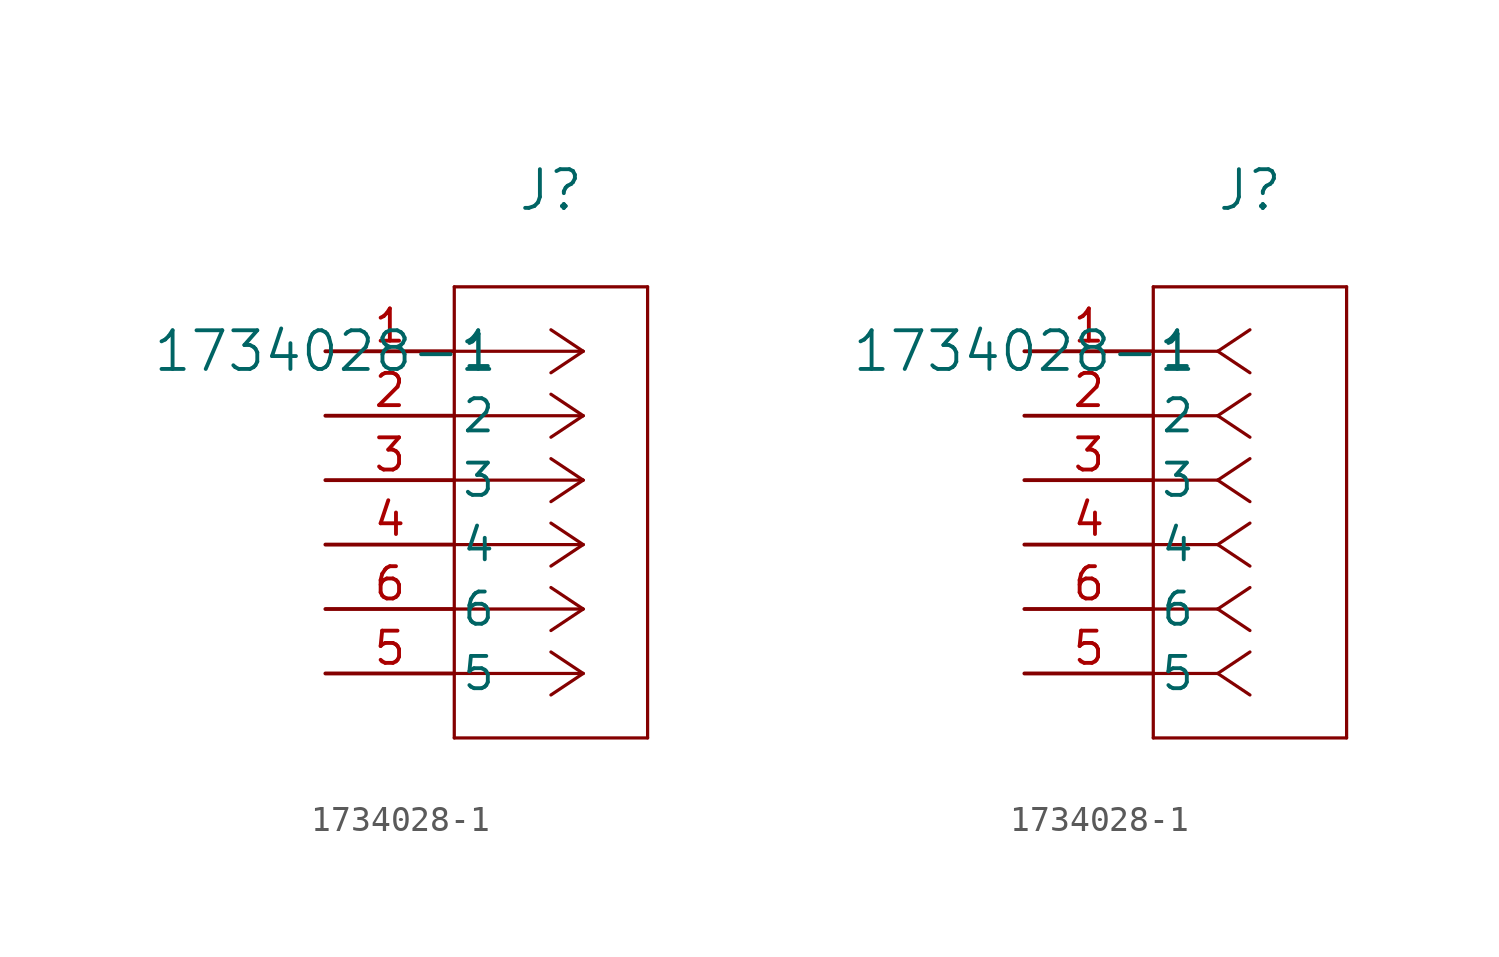
<source format=kicad_sym>
(kicad_symbol_lib
  (version 20211014)
  (generator kicad_symbol_editor)
  (symbol "1734028-1"
    (pin_names
      (offset 0.254))
    (property "Reference" "J"
      (at 8.89 6.35 0)
      (effects (font (size 1.524 1.524))))
    (property "Value" "1734028-1"
      (at 0 0 0)
      (effects (font (size 1.524 1.524))))
    (symbol "1734028-1_1_1"
      (polyline (pts (xy 10.16 0) (xy 5.08 0)) (stroke (width 0.127) (type default) (color 0 0 0 0)) (fill (type none)))
      (polyline (pts (xy 10.16 -2.54) (xy 5.08 -2.54)) (stroke (width 0.127) (type default) (color 0 0 0 0)) (fill (type none)))
      (polyline (pts (xy 10.16 -5.08) (xy 5.08 -5.08)) (stroke (width 0.127) (type default) (color 0 0 0 0)) (fill (type none)))
      (polyline (pts (xy 10.16 -7.62) (xy 5.08 -7.62)) (stroke (width 0.127) (type default) (color 0 0 0 0)) (fill (type none)))
      (polyline (pts (xy 10.16 -10.16) (xy 5.08 -10.16)) (stroke (width 0.127) (type default) (color 0 0 0 0)) (fill (type none)))
      (polyline (pts (xy 10.16 -12.7) (xy 5.08 -12.7)) (stroke (width 0.127) (type default) (color 0 0 0 0)) (fill (type none)))
      (polyline (pts (xy 10.16 0) (xy 8.89 0.847)) (stroke (width 0.127) (type default) (color 0 0 0 0)) (fill (type none)))
      (polyline (pts (xy 10.16 -2.54) (xy 8.89 -1.693)) (stroke (width 0.127) (type default) (color 0 0 0 0)) (fill (type none)))
      (polyline (pts (xy 10.16 -5.08) (xy 8.89 -4.233)) (stroke (width 0.127) (type default) (color 0 0 0 0)) (fill (type none)))
      (polyline (pts (xy 10.16 -7.62) (xy 8.89 -6.773)) (stroke (width 0.127) (type default) (color 0 0 0 0)) (fill (type none)))
      (polyline (pts (xy 10.16 -10.16) (xy 8.89 -9.313)) (stroke (width 0.127) (type default) (color 0 0 0 0)) (fill (type none)))
      (polyline (pts (xy 10.16 -12.7) (xy 8.89 -11.853)) (stroke (width 0.127) (type default) (color 0 0 0 0)) (fill (type none)))
      (polyline (pts (xy 10.16 0) (xy 8.89 -0.847)) (stroke (width 0.127) (type default) (color 0 0 0 0)) (fill (type none)))
      (polyline (pts (xy 10.16 -2.54) (xy 8.89 -3.387)) (stroke (width 0.127) (type default) (color 0 0 0 0)) (fill (type none)))
      (polyline (pts (xy 10.16 -5.08) (xy 8.89 -5.927)) (stroke (width 0.127) (type default) (color 0 0 0 0)) (fill (type none)))
      (polyline (pts (xy 10.16 -7.62) (xy 8.89 -8.467)) (stroke (width 0.127) (type default) (color 0 0 0 0)) (fill (type none)))
      (polyline (pts (xy 10.16 -10.16) (xy 8.89 -11.007)) (stroke (width 0.127) (type default) (color 0 0 0 0)) (fill (type none)))
      (polyline (pts (xy 10.16 -12.7) (xy 8.89 -13.547)) (stroke (width 0.127) (type default) (color 0 0 0 0)) (fill (type none)))
      (polyline (pts (xy 5.08 2.54) (xy 5.08 -15.24)) (stroke (width 0.127) (type default) (color 0 0 0 0)) (fill (type none)))
      (polyline (pts (xy 5.08 -15.24) (xy 12.7 -15.24)) (stroke (width 0.127) (type default) (color 0 0 0 0)) (fill (type none)))
      (polyline (pts (xy 12.7 -15.24) (xy 12.7 2.54)) (stroke (width 0.127) (type default) (color 0 0 0 0)) (fill (type none)))
      (polyline (pts (xy 12.7 2.54) (xy 5.08 2.54)) (stroke (width 0.127) (type default) (color 0 0 0 0)) (fill (type none)))
      (pin unspecified line (at 0 0 0) (length 5.08) (name "1" (effects (font (size 1.27 1.27)))) (number "1" (effects (font (size 1.27 1.27)))))
      (pin unspecified line (at 0 -2.54 0) (length 5.08) (name "2" (effects (font (size 1.27 1.27)))) (number "2" (effects (font (size 1.27 1.27)))))
      (pin unspecified line (at 0 -5.08 0) (length 5.08) (name "3" (effects (font (size 1.27 1.27)))) (number "3" (effects (font (size 1.27 1.27)))))
      (pin unspecified line (at 0 -7.62 0) (length 5.08) (name "4" (effects (font (size 1.27 1.27)))) (number "4" (effects (font (size 1.27 1.27)))))
      (pin unspecified line (at 0 -10.16 0) (length 5.08) (name "6" (effects (font (size 1.27 1.27)))) (number "6" (effects (font (size 1.27 1.27)))))
      (pin unspecified line (at 0 -12.7 0) (length 5.08) (name "5" (effects (font (size 1.27 1.27)))) (number "5" (effects (font (size 1.27 1.27))))))
    (symbol "1734028-1_1_2"
      (polyline (pts (xy 7.62 0) (xy 5.08 0)) (stroke (width 0.127) (type default) (color 0 0 0 0)) (fill (type none)))
      (polyline (pts (xy 7.62 -2.54) (xy 5.08 -2.54)) (stroke (width 0.127) (type default) (color 0 0 0 0)) (fill (type none)))
      (polyline (pts (xy 7.62 -5.08) (xy 5.08 -5.08)) (stroke (width 0.127) (type default) (color 0 0 0 0)) (fill (type none)))
      (polyline (pts (xy 7.62 -7.62) (xy 5.08 -7.62)) (stroke (width 0.127) (type default) (color 0 0 0 0)) (fill (type none)))
      (polyline (pts (xy 7.62 -10.16) (xy 5.08 -10.16)) (stroke (width 0.127) (type default) (color 0 0 0 0)) (fill (type none)))
      (polyline (pts (xy 7.62 -12.7) (xy 5.08 -12.7)) (stroke (width 0.127) (type default) (color 0 0 0 0)) (fill (type none)))
      (polyline (pts (xy 7.62 0) (xy 8.89 0.847)) (stroke (width 0.127) (type default) (color 0 0 0 0)) (fill (type none)))
      (polyline (pts (xy 7.62 -2.54) (xy 8.89 -1.693)) (stroke (width 0.127) (type default) (color 0 0 0 0)) (fill (type none)))
      (polyline (pts (xy 7.62 -5.08) (xy 8.89 -4.233)) (stroke (width 0.127) (type default) (color 0 0 0 0)) (fill (type none)))
      (polyline (pts (xy 7.62 -7.62) (xy 8.89 -6.773)) (stroke (width 0.127) (type default) (color 0 0 0 0)) (fill (type none)))
      (polyline (pts (xy 7.62 -10.16) (xy 8.89 -9.313)) (stroke (width 0.127) (type default) (color 0 0 0 0)) (fill (type none)))
      (polyline (pts (xy 7.62 -12.7) (xy 8.89 -11.853)) (stroke (width 0.127) (type default) (color 0 0 0 0)) (fill (type none)))
      (polyline (pts (xy 7.62 0) (xy 8.89 -0.847)) (stroke (width 0.127) (type default) (color 0 0 0 0)) (fill (type none)))
      (polyline (pts (xy 7.62 -2.54) (xy 8.89 -3.387)) (stroke (width 0.127) (type default) (color 0 0 0 0)) (fill (type none)))
      (polyline (pts (xy 7.62 -5.08) (xy 8.89 -5.927)) (stroke (width 0.127) (type default) (color 0 0 0 0)) (fill (type none)))
      (polyline (pts (xy 7.62 -7.62) (xy 8.89 -8.467)) (stroke (width 0.127) (type default) (color 0 0 0 0)) (fill (type none)))
      (polyline (pts (xy 7.62 -10.16) (xy 8.89 -11.007)) (stroke (width 0.127) (type default) (color 0 0 0 0)) (fill (type none)))
      (polyline (pts (xy 7.62 -12.7) (xy 8.89 -13.547)) (stroke (width 0.127) (type default) (color 0 0 0 0)) (fill (type none)))
      (polyline (pts (xy 5.08 2.54) (xy 5.08 -15.24)) (stroke (width 0.127) (type default) (color 0 0 0 0)) (fill (type none)))
      (polyline (pts (xy 5.08 -15.24) (xy 12.7 -15.24)) (stroke (width 0.127) (type default) (color 0 0 0 0)) (fill (type none)))
      (polyline (pts (xy 12.7 -15.24) (xy 12.7 2.54)) (stroke (width 0.127) (type default) (color 0 0 0 0)) (fill (type none)))
      (polyline (pts (xy 12.7 2.54) (xy 5.08 2.54)) (stroke (width 0.127) (type default) (color 0 0 0 0)) (fill (type none)))
      (pin unspecified line (at 0 0 0) (length 5.08) (name "1" (effects (font (size 1.27 1.27)))) (number "1" (effects (font (size 1.27 1.27)))))
      (pin unspecified line (at 0 -2.54 0) (length 5.08) (name "2" (effects (font (size 1.27 1.27)))) (number "2" (effects (font (size 1.27 1.27)))))
      (pin unspecified line (at 0 -5.08 0) (length 5.08) (name "3" (effects (font (size 1.27 1.27)))) (number "3" (effects (font (size 1.27 1.27)))))
      (pin unspecified line (at 0 -7.62 0) (length 5.08) (name "4" (effects (font (size 1.27 1.27)))) (number "4" (effects (font (size 1.27 1.27)))))
      (pin unspecified line (at 0 -10.16 0) (length 5.08) (name "6" (effects (font (size 1.27 1.27)))) (number "6" (effects (font (size 1.27 1.27)))))
      (pin unspecified line (at 0 -12.7 0) (length 5.08) (name "5" (effects (font (size 1.27 1.27)))) (number "5" (effects (font (size 1.27 1.27))))))))
</source>
